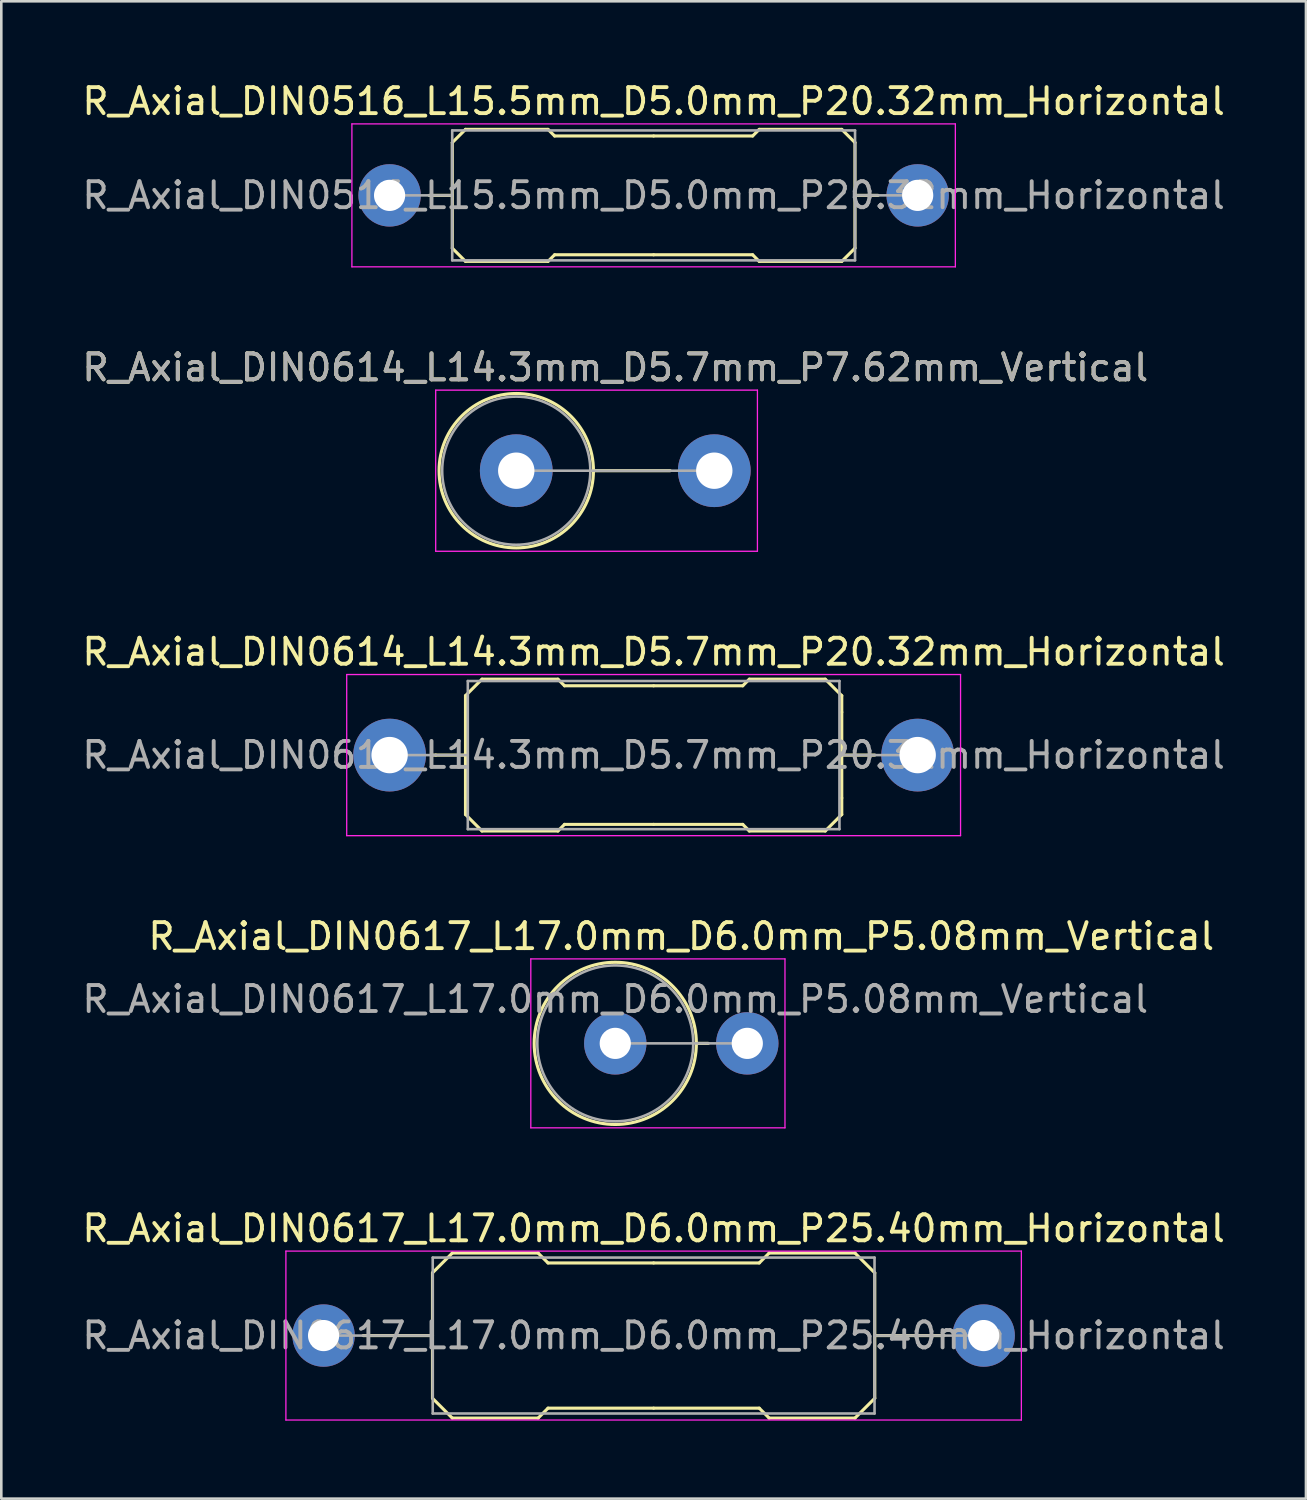
<source format=kicad_pcb>
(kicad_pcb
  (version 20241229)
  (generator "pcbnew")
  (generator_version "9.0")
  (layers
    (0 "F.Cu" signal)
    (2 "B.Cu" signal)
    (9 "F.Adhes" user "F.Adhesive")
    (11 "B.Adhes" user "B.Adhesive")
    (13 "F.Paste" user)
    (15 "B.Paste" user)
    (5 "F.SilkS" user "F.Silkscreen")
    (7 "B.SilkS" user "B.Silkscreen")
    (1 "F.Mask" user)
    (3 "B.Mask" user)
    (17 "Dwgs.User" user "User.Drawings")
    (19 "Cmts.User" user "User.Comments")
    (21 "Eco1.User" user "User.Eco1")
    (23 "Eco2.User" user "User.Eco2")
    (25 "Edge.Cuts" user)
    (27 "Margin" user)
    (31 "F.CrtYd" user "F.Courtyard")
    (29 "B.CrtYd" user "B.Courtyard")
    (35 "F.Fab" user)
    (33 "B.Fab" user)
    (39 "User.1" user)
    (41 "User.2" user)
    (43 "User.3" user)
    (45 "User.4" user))
  (footprint "R_Axial_DIN0617_L17.0mm_D6.0mm_P5.08mm_Vertical"
    (layer "F.Cu")
    (at 20.625 37.098)
    (property "Reference" "R_Axial_DIN0617_L17.0mm_D6.0mm_P5.08mm_Vertical" (at 2.54 -4.12 0) (layer "F.SilkS") (effects (font (size 1 1) (thickness 0.15))))
    (attr through_hole)
    (fp_line (start 3.12 0) (end 3.58 0) (stroke (width 0.12) (type solid)) (layer "F.SilkS"))
    (fp_circle (center 0 0) (end 3.12 0) (stroke (width 0.12) (type solid)) (fill no) (layer "F.SilkS"))
    (fp_line (start -3.25 -3.25) (end -3.25 3.25) (stroke (width 0.05) (type solid)) (layer "F.CrtYd"))
    (fp_line (start -3.25 3.25) (end 6.53 3.25) (stroke (width 0.05) (type solid)) (layer "F.CrtYd"))
    (fp_line (start 6.53 -3.25) (end -3.25 -3.25) (stroke (width 0.05) (type solid)) (layer "F.CrtYd"))
    (fp_line (start 6.53 3.25) (end 6.53 -3.25) (stroke (width 0.05) (type solid)) (layer "F.CrtYd"))
    (fp_line (start 0 0) (end 5.08 0) (stroke (width 0.1) (type solid)) (layer "F.Fab"))
    (fp_circle (center 0 0) (end 3 0) (stroke (width 0.1) (type solid)) (fill no) (layer "F.Fab"))
    (fp_text user "${REFERENCE}" (at 0 -1.7 0) (layer "F.Fab") (effects (font (size 1 1) (thickness 0.15))))
    (pad "1" thru_hole circle (at 0 0) (size 2.4 2.4) (drill 1.2) (layers "*.Cu" "*.Mask"))
    (pad "2" thru_hole oval (at 5.08 0) (size 2.4 2.4) (drill 1.2) (layers "*.Cu" "*.Mask")))
  (footprint "R_Axial_DIN0617_L17.0mm_D6.0mm_P25.40mm_Horizontal"
    (layer "F.Cu")
    (at 9.401 48.341)
    (property "Reference" "R_Axial_DIN0617_L17.0mm_D6.0mm_P25.40mm_Horizontal" (at 12.7 -4.12 0) (layer "F.SilkS") (effects (font (size 1 1) (thickness 0.15))))
    (attr through_hole)
    (fp_line (start 4.191 -2.413) (end 4.191 2.413) (stroke (width 0.12) (type solid)) (layer "F.SilkS"))
    (fp_line (start 4.191 -2.413) (end 4.953 -3.175) (stroke (width 0.12) (type solid)) (layer "F.SilkS"))
    (fp_line (start 4.191 0) (end 1.524 0) (stroke (width 0.12) (type solid)) (layer "F.SilkS"))
    (fp_line (start 4.191 2.413) (end 4.953 3.175) (stroke (width 0.12) (type solid)) (layer "F.SilkS"))
    (fp_line (start 4.953 -3.175) (end 8.255 -3.175) (stroke (width 0.12) (type solid)) (layer "F.SilkS"))
    (fp_line (start 4.953 3.175) (end 8.255 3.175) (stroke (width 0.12) (type solid)) (layer "F.SilkS"))
    (fp_line (start 8.255 -3.175) (end 8.636 -2.794) (stroke (width 0.12) (type solid)) (layer "F.SilkS"))
    (fp_line (start 8.255 3.175) (end 8.636 2.794) (stroke (width 0.12) (type solid)) (layer "F.SilkS"))
    (fp_line (start 8.636 -2.794) (end 12.7 -2.794) (stroke (width 0.12) (type solid)) (layer "F.SilkS"))
    (fp_line (start 8.636 2.794) (end 12.7 2.794) (stroke (width 0.12) (type solid)) (layer "F.SilkS"))
    (fp_line (start 16.764 -2.794) (end 12.7 -2.794) (stroke (width 0.12) (type solid)) (layer "F.SilkS"))
    (fp_line (start 16.764 2.794) (end 12.7 2.794) (stroke (width 0.12) (type solid)) (layer "F.SilkS"))
    (fp_line (start 17.145 -3.175) (end 16.764 -2.794) (stroke (width 0.12) (type solid)) (layer "F.SilkS"))
    (fp_line (start 17.145 3.175) (end 16.764 2.794) (stroke (width 0.12) (type solid)) (layer "F.SilkS"))
    (fp_line (start 20.447 -3.175) (end 17.145 -3.175) (stroke (width 0.12) (type solid)) (layer "F.SilkS"))
    (fp_line (start 20.447 3.175) (end 17.145 3.175) (stroke (width 0.12) (type solid)) (layer "F.SilkS"))
    (fp_line (start 21.209 -2.413) (end 20.447 -3.175) (stroke (width 0.12) (type solid)) (layer "F.SilkS"))
    (fp_line (start 21.209 0) (end 23.876 0) (stroke (width 0.12) (type solid)) (layer "F.SilkS"))
    (fp_line (start 21.209 2.413) (end 20.447 3.175) (stroke (width 0.12) (type solid)) (layer "F.SilkS"))
    (fp_line (start 21.209 2.413) (end 21.209 -2.413) (stroke (width 0.12) (type solid)) (layer "F.SilkS"))
    (fp_line (start -1.45 -3.25) (end -1.45 3.25) (stroke (width 0.05) (type solid)) (layer "F.CrtYd"))
    (fp_line (start -1.45 3.25) (end 26.85 3.25) (stroke (width 0.05) (type solid)) (layer "F.CrtYd"))
    (fp_line (start 26.85 -3.25) (end -1.45 -3.25) (stroke (width 0.05) (type solid)) (layer "F.CrtYd"))
    (fp_line (start 26.85 3.25) (end 26.85 -3.25) (stroke (width 0.05) (type solid)) (layer "F.CrtYd"))
    (fp_line (start 0 0) (end 4.2 0) (stroke (width 0.1) (type solid)) (layer "F.Fab"))
    (fp_line (start 4.2 -3) (end 4.2 3) (stroke (width 0.1) (type solid)) (layer "F.Fab"))
    (fp_line (start 4.2 3) (end 21.2 3) (stroke (width 0.1) (type solid)) (layer "F.Fab"))
    (fp_line (start 21.2 -3) (end 4.2 -3) (stroke (width 0.1) (type solid)) (layer "F.Fab"))
    (fp_line (start 21.2 3) (end 21.2 -3) (stroke (width 0.1) (type solid)) (layer "F.Fab"))
    (fp_line (start 25.4 0) (end 21.2 0) (stroke (width 0.1) (type solid)) (layer "F.Fab"))
    (fp_text user "${REFERENCE}" (at 12.7 0 0) (layer "F.Fab") (effects (font (size 1 1) (thickness 0.15))))
    (pad "1" thru_hole circle (at 0 0) (size 2.4 2.4) (drill 1.2) (layers "*.Cu" "*.Mask"))
    (pad "2" thru_hole oval (at 25.4 0) (size 2.4 2.4) (drill 1.2) (layers "*.Cu" "*.Mask")))
  (footprint "R_Axial_DIN0614_L14.3mm_D5.7mm_P20.32mm_Horizontal"
    (layer "F.Cu")
    (at 11.941 26.005)
    (property "Reference" "R_Axial_DIN0614_L14.3mm_D5.7mm_P20.32mm_Horizontal" (at 10.16 -3.97 0) (layer "F.SilkS") (effects (font (size 1 1) (thickness 0.15))))
    (attr through_hole)
    (fp_line (start 1.778 0) (end 1.651 0) (stroke (width 0.12) (type solid)) (layer "F.SilkS"))
    (fp_line (start 1.778 0) (end 2.921 0) (stroke (width 0.12) (type solid)) (layer "F.SilkS"))
    (fp_line (start 2.921 -2.286) (end 2.921 -1.651) (stroke (width 0.12) (type solid)) (layer "F.SilkS"))
    (fp_line (start 2.921 -2.286) (end 3.556 -2.921) (stroke (width 0.12) (type solid)) (layer "F.SilkS"))
    (fp_line (start 2.921 1.651) (end 2.921 -1.651) (stroke (width 0.12) (type solid)) (layer "F.SilkS"))
    (fp_line (start 2.921 2.286) (end 2.921 1.651) (stroke (width 0.12) (type solid)) (layer "F.SilkS"))
    (fp_line (start 2.921 2.286) (end 3.556 2.921) (stroke (width 0.12) (type solid)) (layer "F.SilkS"))
    (fp_line (start 3.556 -2.921) (end 6.477 -2.921) (stroke (width 0.12) (type solid)) (layer "F.SilkS"))
    (fp_line (start 3.556 2.921) (end 6.477 2.921) (stroke (width 0.12) (type solid)) (layer "F.SilkS"))
    (fp_line (start 6.477 -2.921) (end 6.731 -2.667) (stroke (width 0.12) (type solid)) (layer "F.SilkS"))
    (fp_line (start 6.477 2.921) (end 6.731 2.667) (stroke (width 0.12) (type solid)) (layer "F.SilkS"))
    (fp_line (start 6.731 -2.667) (end 10.16 -2.667) (stroke (width 0.12) (type solid)) (layer "F.SilkS"))
    (fp_line (start 6.731 2.667) (end 10.16 2.667) (stroke (width 0.12) (type solid)) (layer "F.SilkS"))
    (fp_line (start 13.589 -2.667) (end 10.16 -2.667) (stroke (width 0.12) (type solid)) (layer "F.SilkS"))
    (fp_line (start 13.589 2.667) (end 10.16 2.667) (stroke (width 0.12) (type solid)) (layer "F.SilkS"))
    (fp_line (start 13.843 -2.921) (end 13.589 -2.667) (stroke (width 0.12) (type solid)) (layer "F.SilkS"))
    (fp_line (start 13.843 2.921) (end 13.589 2.667) (stroke (width 0.12) (type solid)) (layer "F.SilkS"))
    (fp_line (start 16.764 -2.921) (end 13.843 -2.921) (stroke (width 0.12) (type solid)) (layer "F.SilkS"))
    (fp_line (start 16.764 2.921) (end 13.843 2.921) (stroke (width 0.12) (type solid)) (layer "F.SilkS"))
    (fp_line (start 17.399 -2.286) (end 16.764 -2.921) (stroke (width 0.12) (type solid)) (layer "F.SilkS"))
    (fp_line (start 17.399 -2.286) (end 17.399 -1.651) (stroke (width 0.12) (type solid)) (layer "F.SilkS"))
    (fp_line (start 17.399 0) (end 18.669 0) (stroke (width 0.12) (type solid)) (layer "F.SilkS"))
    (fp_line (start 17.399 1.651) (end 17.399 -1.651) (stroke (width 0.12) (type solid)) (layer "F.SilkS"))
    (fp_line (start 17.399 2.286) (end 16.764 2.921) (stroke (width 0.12) (type solid)) (layer "F.SilkS"))
    (fp_line (start 17.399 2.286) (end 17.399 1.651) (stroke (width 0.12) (type solid)) (layer "F.SilkS"))
    (fp_line (start -1.65 -3.1) (end -1.65 3.1) (stroke (width 0.05) (type solid)) (layer "F.CrtYd"))
    (fp_line (start -1.65 3.1) (end 21.97 3.1) (stroke (width 0.05) (type solid)) (layer "F.CrtYd"))
    (fp_line (start 21.97 -3.1) (end -1.65 -3.1) (stroke (width 0.05) (type solid)) (layer "F.CrtYd"))
    (fp_line (start 21.97 3.1) (end 21.97 -3.1) (stroke (width 0.05) (type solid)) (layer "F.CrtYd"))
    (fp_line (start 0 0) (end 3.01 0) (stroke (width 0.1) (type solid)) (layer "F.Fab"))
    (fp_line (start 3.01 -2.85) (end 3.01 2.85) (stroke (width 0.1) (type solid)) (layer "F.Fab"))
    (fp_line (start 3.01 2.85) (end 17.31 2.85) (stroke (width 0.1) (type solid)) (layer "F.Fab"))
    (fp_line (start 17.31 -2.85) (end 3.01 -2.85) (stroke (width 0.1) (type solid)) (layer "F.Fab"))
    (fp_line (start 17.31 2.85) (end 17.31 -2.85) (stroke (width 0.1) (type solid)) (layer "F.Fab"))
    (fp_line (start 20.32 0) (end 17.31 0) (stroke (width 0.1) (type solid)) (layer "F.Fab"))
    (fp_text user "${REFERENCE}" (at 10.16 0 0) (layer "F.Fab") (effects (font (size 1 1) (thickness 0.15))))
    (pad "1" thru_hole circle (at 0 0) (size 2.8 2.8) (drill 1.4) (layers "*.Cu" "*.Mask"))
    (pad "2" thru_hole oval (at 20.32 0) (size 2.8 2.8) (drill 1.4) (layers "*.Cu" "*.Mask")))
  (footprint "R_Axial_DIN0516_L15.5mm_D5.0mm_P20.32mm_Horizontal"
    (layer "F.Cu")
    (at 11.941 4.468)
    (property "Reference" "R_Axial_DIN0516_L15.5mm_D5.0mm_P20.32mm_Horizontal" (at 10.16 -3.62 0) (layer "F.SilkS") (effects (font (size 1 1) (thickness 0.15))))
    (attr through_hole)
    (fp_line (start 2.413 -2.032) (end 2.921 -2.54) (stroke (width 0.12) (type solid)) (layer "F.SilkS"))
    (fp_line (start 2.413 0) (end 1.524 0) (stroke (width 0.12) (type solid)) (layer "F.SilkS"))
    (fp_line (start 2.413 2.032) (end 2.413 -2.032) (stroke (width 0.12) (type solid)) (layer "F.SilkS"))
    (fp_line (start 2.413 2.032) (end 2.921 2.54) (stroke (width 0.12) (type solid)) (layer "F.SilkS"))
    (fp_line (start 2.921 -2.54) (end 6.096 -2.54) (stroke (width 0.12) (type solid)) (layer "F.SilkS"))
    (fp_line (start 2.921 2.54) (end 6.096 2.54) (stroke (width 0.12) (type solid)) (layer "F.SilkS"))
    (fp_line (start 6.096 -2.54) (end 6.35 -2.286) (stroke (width 0.12) (type solid)) (layer "F.SilkS"))
    (fp_line (start 6.096 2.54) (end 6.35 2.286) (stroke (width 0.12) (type solid)) (layer "F.SilkS"))
    (fp_line (start 6.35 -2.286) (end 10.16 -2.286) (stroke (width 0.12) (type solid)) (layer "F.SilkS"))
    (fp_line (start 6.35 2.286) (end 10.16 2.286) (stroke (width 0.12) (type solid)) (layer "F.SilkS"))
    (fp_line (start 13.97 -2.286) (end 10.16 -2.286) (stroke (width 0.12) (type solid)) (layer "F.SilkS"))
    (fp_line (start 13.97 2.286) (end 10.16 2.286) (stroke (width 0.12) (type solid)) (layer "F.SilkS"))
    (fp_line (start 14.224 -2.54) (end 13.97 -2.286) (stroke (width 0.12) (type solid)) (layer "F.SilkS"))
    (fp_line (start 14.224 2.54) (end 13.97 2.286) (stroke (width 0.12) (type solid)) (layer "F.SilkS"))
    (fp_line (start 17.399 -2.54) (end 14.224 -2.54) (stroke (width 0.12) (type solid)) (layer "F.SilkS"))
    (fp_line (start 17.399 2.54) (end 14.224 2.54) (stroke (width 0.12) (type solid)) (layer "F.SilkS"))
    (fp_line (start 17.907 -2.032) (end 17.399 -2.54) (stroke (width 0.12) (type solid)) (layer "F.SilkS"))
    (fp_line (start 17.907 2.032) (end 17.399 2.54) (stroke (width 0.12) (type solid)) (layer "F.SilkS"))
    (fp_line (start 17.907 2.032) (end 17.907 -2.032) (stroke (width 0.12) (type solid)) (layer "F.SilkS"))
    (fp_line (start 18.796 0) (end 17.907 0) (stroke (width 0.12) (type solid)) (layer "F.SilkS"))
    (fp_line (start -1.45 -2.75) (end -1.45 2.75) (stroke (width 0.05) (type solid)) (layer "F.CrtYd"))
    (fp_line (start -1.45 2.75) (end 21.77 2.75) (stroke (width 0.05) (type solid)) (layer "F.CrtYd"))
    (fp_line (start 21.77 -2.75) (end -1.45 -2.75) (stroke (width 0.05) (type solid)) (layer "F.CrtYd"))
    (fp_line (start 21.77 2.75) (end 21.77 -2.75) (stroke (width 0.05) (type solid)) (layer "F.CrtYd"))
    (fp_line (start 0 0) (end 2.41 0) (stroke (width 0.1) (type solid)) (layer "F.Fab"))
    (fp_line (start 2.41 -2.5) (end 2.41 2.5) (stroke (width 0.1) (type solid)) (layer "F.Fab"))
    (fp_line (start 2.41 2.5) (end 17.91 2.5) (stroke (width 0.1) (type solid)) (layer "F.Fab"))
    (fp_line (start 17.91 -2.5) (end 2.41 -2.5) (stroke (width 0.1) (type solid)) (layer "F.Fab"))
    (fp_line (start 17.91 2.5) (end 17.91 -2.5) (stroke (width 0.1) (type solid)) (layer "F.Fab"))
    (fp_line (start 20.32 0) (end 17.91 0) (stroke (width 0.1) (type solid)) (layer "F.Fab"))
    (fp_text user "${REFERENCE}" (at 10.16 0 0) (layer "F.Fab") (effects (font (size 1 1) (thickness 0.15))))
    (pad "1" thru_hole circle (at 0 0) (size 2.4 2.4) (drill 1.2) (layers "*.Cu" "*.Mask"))
    (pad "2" thru_hole oval (at 20.32 0) (size 2.4 2.4) (drill 1.2) (layers "*.Cu" "*.Mask")))
  (footprint "R_Axial_DIN0614_L14.3mm_D5.7mm_P7.62mm_Vertical"
    (layer "F.Cu")
    (at 16.815 15.062)
    (property "Reference" "R_Axial_DIN0614_L14.3mm_D5.7mm_P7.62mm_Vertical" (at 3.81 -3.97 0) (layer "F.SilkS") (effects (font (size 1 1) (thickness 0.15))))
    (attr through_hole)
    (fp_line (start 2.97 0) (end 5.92 0) (stroke (width 0.12) (type solid)) (layer "F.SilkS"))
    (fp_circle (center 0 0) (end 2.97 0) (stroke (width 0.12) (type solid)) (fill no) (layer "F.SilkS"))
    (fp_line (start -3.1 -3.1) (end -3.1 3.1) (stroke (width 0.05) (type solid)) (layer "F.CrtYd"))
    (fp_line (start -3.1 3.1) (end 9.28 3.1) (stroke (width 0.05) (type solid)) (layer "F.CrtYd"))
    (fp_line (start 9.28 -3.1) (end -3.1 -3.1) (stroke (width 0.05) (type solid)) (layer "F.CrtYd"))
    (fp_line (start 9.28 3.1) (end 9.28 -3.1) (stroke (width 0.05) (type solid)) (layer "F.CrtYd"))
    (fp_line (start 0 0) (end 7.62 0) (stroke (width 0.1) (type solid)) (layer "F.Fab"))
    (fp_circle (center 0 0) (end 2.85 0) (stroke (width 0.1) (type solid)) (fill no) (layer "F.Fab"))
    (fp_text user "${REFERENCE}" (at 3.81 -3.97 0) (layer "F.Fab") (effects (font (size 1 1) (thickness 0.15))))
    (pad "1" thru_hole circle (at 0 0) (size 2.8 2.8) (drill 1.4) (layers "*.Cu" "*.Mask"))
    (pad "2" thru_hole oval (at 7.62 0) (size 2.8 2.8) (drill 1.4) (layers "*.Cu" "*.Mask")))
  (gr_rect
    (start -3 -3)
    (end 47.202 54.616)
    (stroke (width 0.1) (type default))
    (fill no)
    (layer "Edge.Cuts")))
</source>
